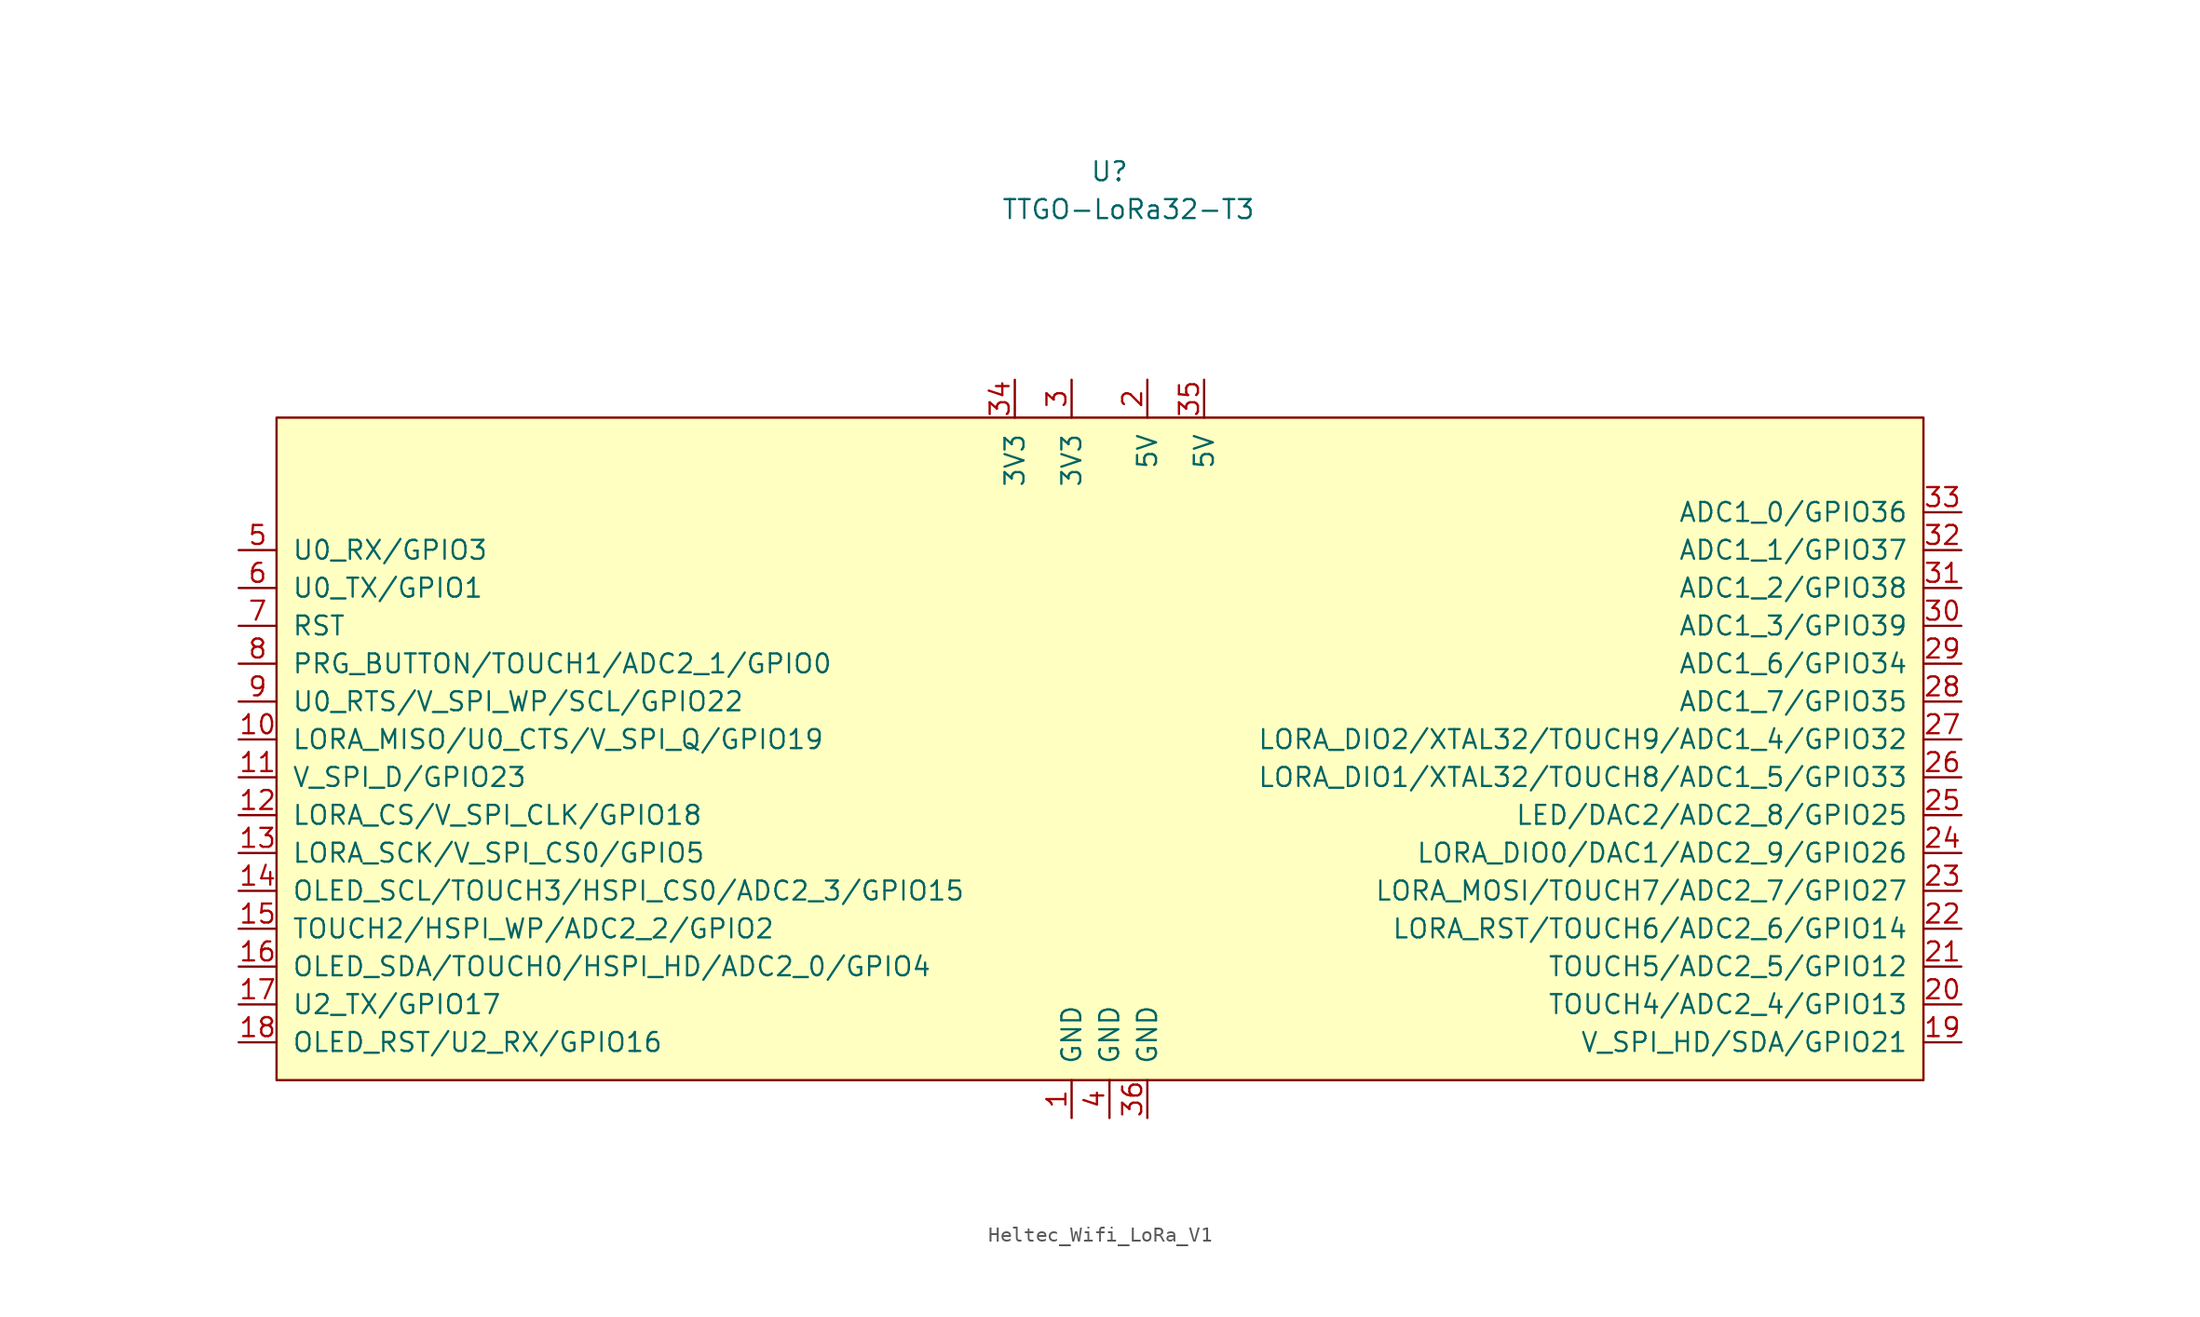
<source format=kicad_sym>
(kicad_symbol_lib
  (version 20220914)
  (generator kicad_symbol_editor)
  (symbol "Heltec_Wifi_LoRa_V1"
    (pin_names
      (offset 1.016))
    (property "Reference" "U"
      (at 0 21.59 0)
      (effects (font (size 1.27 1.27))))
    (property "Value" "TTGO-LoRa32-T3"
      (at 1.27 19.05 0)
      (effects (font (size 1.27 1.27))))
    (symbol "Heltec_Wifi_LoRa_V1_0_1"
      (rectangle (start -55.88 5.08) (end 54.61 -39.37) (stroke (width 0) (type solid)) (fill (type background))))
    (symbol "Heltec_Wifi_LoRa_V1_1_1"
      (pin power_in line (at -2.54 -41.91 90) (length 2.54) (name "GND" (effects (font (size 1.27 1.27)))) (number "1" (effects (font (size 1.27 1.27)))))
      (pin bidirectional line (at -58.42 -16.51 0) (length 2.54) (name "LORA_MISO/U0_CTS/V_SPI_Q/GPIO19" (effects (font (size 1.27 1.27)))) (number "10" (effects (font (size 1.27 1.27)))))
      (pin bidirectional line (at -58.42 -19.05 0) (length 2.54) (name "V_SPI_D/GPIO23" (effects (font (size 1.27 1.27)))) (number "11" (effects (font (size 1.27 1.27)))))
      (pin bidirectional line (at -58.42 -21.59 0) (length 2.54) (name "LORA_CS/V_SPI_CLK/GPIO18" (effects (font (size 1.27 1.27)))) (number "12" (effects (font (size 1.27 1.27)))))
      (pin bidirectional line (at -58.42 -24.13 0) (length 2.54) (name "LORA_SCK/V_SPI_CS0/GPIO5" (effects (font (size 1.27 1.27)))) (number "13" (effects (font (size 1.27 1.27)))))
      (pin bidirectional line (at -58.42 -26.67 0) (length 2.54) (name "OLED_SCL/TOUCH3/HSPI_CS0/ADC2_3/GPIO15" (effects (font (size 1.27 1.27)))) (number "14" (effects (font (size 1.27 1.27)))))
      (pin bidirectional line (at -58.42 -29.21 0) (length 2.54) (name "TOUCH2/HSPI_WP/ADC2_2/GPIO2" (effects (font (size 1.27 1.27)))) (number "15" (effects (font (size 1.27 1.27)))))
      (pin bidirectional line (at -58.42 -31.75 0) (length 2.54) (name "OLED_SDA/TOUCH0/HSPI_HD/ADC2_0/GPIO4" (effects (font (size 1.27 1.27)))) (number "16" (effects (font (size 1.27 1.27)))))
      (pin bidirectional line (at -58.42 -34.29 0) (length 2.54) (name "U2_TX/GPIO17" (effects (font (size 1.27 1.27)))) (number "17" (effects (font (size 1.27 1.27)))))
      (pin bidirectional line (at -58.42 -36.83 0) (length 2.54) (name "OLED_RST/U2_RX/GPIO16" (effects (font (size 1.27 1.27)))) (number "18" (effects (font (size 1.27 1.27)))))
      (pin bidirectional line (at 57.15 -36.83 180) (length 2.54) (name "V_SPI_HD/SDA/GPIO21" (effects (font (size 1.27 1.27)))) (number "19" (effects (font (size 1.27 1.27)))))
      (pin power_in line (at 2.54 7.62 270) (length 2.54) (name "5V" (effects (font (size 1.27 1.27)))) (number "2" (effects (font (size 1.27 1.27)))))
      (pin bidirectional line (at 57.15 -34.29 180) (length 2.54) (name "TOUCH4/ADC2_4/GPIO13" (effects (font (size 1.27 1.27)))) (number "20" (effects (font (size 1.27 1.27)))))
      (pin bidirectional line (at 57.15 -31.75 180) (length 2.54) (name "TOUCH5/ADC2_5/GPIO12" (effects (font (size 1.27 1.27)))) (number "21" (effects (font (size 1.27 1.27)))))
      (pin bidirectional line (at 57.15 -29.21 180) (length 2.54) (name "LORA_RST/TOUCH6/ADC2_6/GPIO14" (effects (font (size 1.27 1.27)))) (number "22" (effects (font (size 1.27 1.27)))))
      (pin bidirectional line (at 57.15 -26.67 180) (length 2.54) (name "LORA_MOSI/TOUCH7/ADC2_7/GPIO27" (effects (font (size 1.27 1.27)))) (number "23" (effects (font (size 1.27 1.27)))))
      (pin bidirectional line (at 57.15 -24.13 180) (length 2.54) (name "LORA_DIO0/DAC1/ADC2_9/GPIO26" (effects (font (size 1.27 1.27)))) (number "24" (effects (font (size 1.27 1.27)))))
      (pin bidirectional line (at 57.15 -21.59 180) (length 2.54) (name "LED/DAC2/ADC2_8/GPIO25" (effects (font (size 1.27 1.27)))) (number "25" (effects (font (size 1.27 1.27)))))
      (pin bidirectional line (at 57.15 -19.05 180) (length 2.54) (name "LORA_DIO1/XTAL32/TOUCH8/ADC1_5/GPIO33" (effects (font (size 1.27 1.27)))) (number "26" (effects (font (size 1.27 1.27)))))
      (pin bidirectional line (at 57.15 -16.51 180) (length 2.54) (name "LORA_DIO2/XTAL32/TOUCH9/ADC1_4/GPIO32" (effects (font (size 1.27 1.27)))) (number "27" (effects (font (size 1.27 1.27)))))
      (pin bidirectional line (at 57.15 -13.97 180) (length 2.54) (name "ADC1_7/GPIO35" (effects (font (size 1.27 1.27)))) (number "28" (effects (font (size 1.27 1.27)))))
      (pin bidirectional line (at 57.15 -11.43 180) (length 2.54) (name "ADC1_6/GPIO34" (effects (font (size 1.27 1.27)))) (number "29" (effects (font (size 1.27 1.27)))))
      (pin power_in line (at -2.54 7.62 270) (length 2.54) (name "3V3" (effects (font (size 1.27 1.27)))) (number "3" (effects (font (size 1.27 1.27)))))
      (pin bidirectional line (at 57.15 -8.89 180) (length 2.54) (name "ADC1_3/GPIO39" (effects (font (size 1.27 1.27)))) (number "30" (effects (font (size 1.27 1.27)))))
      (pin bidirectional line (at 57.15 -6.35 180) (length 2.54) (name "ADC1_2/GPIO38" (effects (font (size 1.27 1.27)))) (number "31" (effects (font (size 1.27 1.27)))))
      (pin bidirectional line (at 57.15 -3.81 180) (length 2.54) (name "ADC1_1/GPIO37" (effects (font (size 1.27 1.27)))) (number "32" (effects (font (size 1.27 1.27)))))
      (pin bidirectional line (at 57.15 -1.27 180) (length 2.54) (name "ADC1_0/GPIO36" (effects (font (size 1.27 1.27)))) (number "33" (effects (font (size 1.27 1.27)))))
      (pin power_in line (at -6.35 7.62 270) (length 2.54) (name "3V3" (effects (font (size 1.27 1.27)))) (number "34" (effects (font (size 1.27 1.27)))))
      (pin power_in line (at 6.35 7.62 270) (length 2.54) (name "5V" (effects (font (size 1.27 1.27)))) (number "35" (effects (font (size 1.27 1.27)))))
      (pin power_in line (at 2.54 -41.91 90) (length 2.54) (name "GND" (effects (font (size 1.27 1.27)))) (number "36" (effects (font (size 1.27 1.27)))))
      (pin power_in line (at 0 -41.91 90) (length 2.54) (name "GND" (effects (font (size 1.27 1.27)))) (number "4" (effects (font (size 1.27 1.27)))))
      (pin bidirectional line (at -58.42 -3.81 0) (length 2.54) (name "U0_RX/GPIO3" (effects (font (size 1.27 1.27)))) (number "5" (effects (font (size 1.27 1.27)))))
      (pin bidirectional line (at -58.42 -6.35 0) (length 2.54) (name "U0_TX/GPIO1" (effects (font (size 1.27 1.27)))) (number "6" (effects (font (size 1.27 1.27)))))
      (pin input line (at -58.42 -8.89 0) (length 2.54) (name "RST" (effects (font (size 1.27 1.27)))) (number "7" (effects (font (size 1.27 1.27)))))
      (pin bidirectional line (at -58.42 -11.43 0) (length 2.54) (name "PRG_BUTTON/TOUCH1/ADC2_1/GPIO0" (effects (font (size 1.27 1.27)))) (number "8" (effects (font (size 1.27 1.27)))))
      (pin bidirectional line (at -58.42 -13.97 0) (length 2.54) (name "U0_RTS/V_SPI_WP/SCL/GPIO22" (effects (font (size 1.27 1.27)))) (number "9" (effects (font (size 1.27 1.27))))))))
</source>
